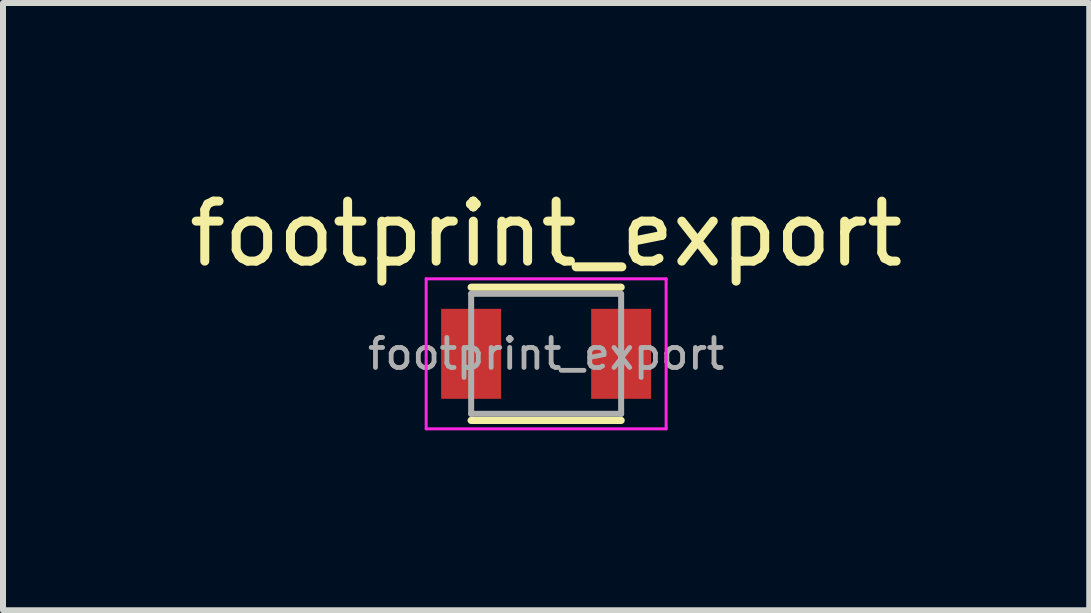
<source format=kicad_pcb>
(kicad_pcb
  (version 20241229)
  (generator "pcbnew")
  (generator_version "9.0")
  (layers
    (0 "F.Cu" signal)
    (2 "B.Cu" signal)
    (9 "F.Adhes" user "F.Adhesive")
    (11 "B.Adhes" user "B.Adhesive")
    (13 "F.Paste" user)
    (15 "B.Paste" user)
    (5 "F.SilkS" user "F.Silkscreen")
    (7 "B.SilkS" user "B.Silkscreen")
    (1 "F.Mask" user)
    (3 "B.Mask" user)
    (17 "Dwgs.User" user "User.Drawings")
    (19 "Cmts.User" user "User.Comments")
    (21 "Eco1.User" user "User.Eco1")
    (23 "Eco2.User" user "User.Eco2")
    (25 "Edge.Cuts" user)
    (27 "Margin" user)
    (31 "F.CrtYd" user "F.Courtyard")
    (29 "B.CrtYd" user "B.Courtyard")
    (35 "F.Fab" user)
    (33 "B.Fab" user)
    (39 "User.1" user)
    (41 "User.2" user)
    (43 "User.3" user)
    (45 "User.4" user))
  (footprint "footprint_export"
    (layer "F.Cu")
    (at 6.054 2.848)
    (property "Reference" "footprint_export" (at 0 -2 0) (layer "F.SilkS") (effects (font (size 1 1) (thickness 0.15))))
    (attr smd)
    (fp_line (start -1.25 -1.11) (end 1.25 -1.11) (stroke (width 0.12) (type solid)) (layer "F.SilkS"))
    (fp_line (start 1.25 1.11) (end -1.25 1.11) (stroke (width 0.12) (type solid)) (layer "F.SilkS"))
    (fp_line (start -2 -1.25) (end 2 -1.25) (stroke (width 0.05) (type solid)) (layer "F.CrtYd"))
    (fp_line (start -2 1.25) (end -2 -1.25) (stroke (width 0.05) (type solid)) (layer "F.CrtYd"))
    (fp_line (start 2 -1.25) (end 2 1.25) (stroke (width 0.05) (type solid)) (layer "F.CrtYd"))
    (fp_line (start 2 1.25) (end -2 1.25) (stroke (width 0.05) (type solid)) (layer "F.CrtYd"))
    (fp_line (start -1.25 -1) (end 1.25 -1) (stroke (width 0.1) (type solid)) (layer "F.Fab"))
    (fp_line (start -1.25 1) (end -1.25 -1) (stroke (width 0.1) (type solid)) (layer "F.Fab"))
    (fp_line (start 1.25 -1) (end 1.25 1) (stroke (width 0.1) (type solid)) (layer "F.Fab"))
    (fp_line (start 1.25 1) (end -1.25 1) (stroke (width 0.1) (type solid)) (layer "F.Fab"))
    (fp_text user "${REFERENCE}" (at 0 0 0) (layer "F.Fab") (effects (font (size 0.5 0.5) (thickness 0.08))))
    (pad "1" smd rect (at -1.25 0) (size 1 1.5) (layers "F.Cu" "F.Mask" "F.Paste"))
    (pad "2" smd rect (at 1.25 0) (size 1 1.5) (layers "F.Cu" "F.Mask" "F.Paste")))
  (gr_rect
    (start -3 -3)
    (end 15.107 7.123)
    (stroke (width 0.1) (type default))
    (fill no)
    (layer "Edge.Cuts")))
</source>
